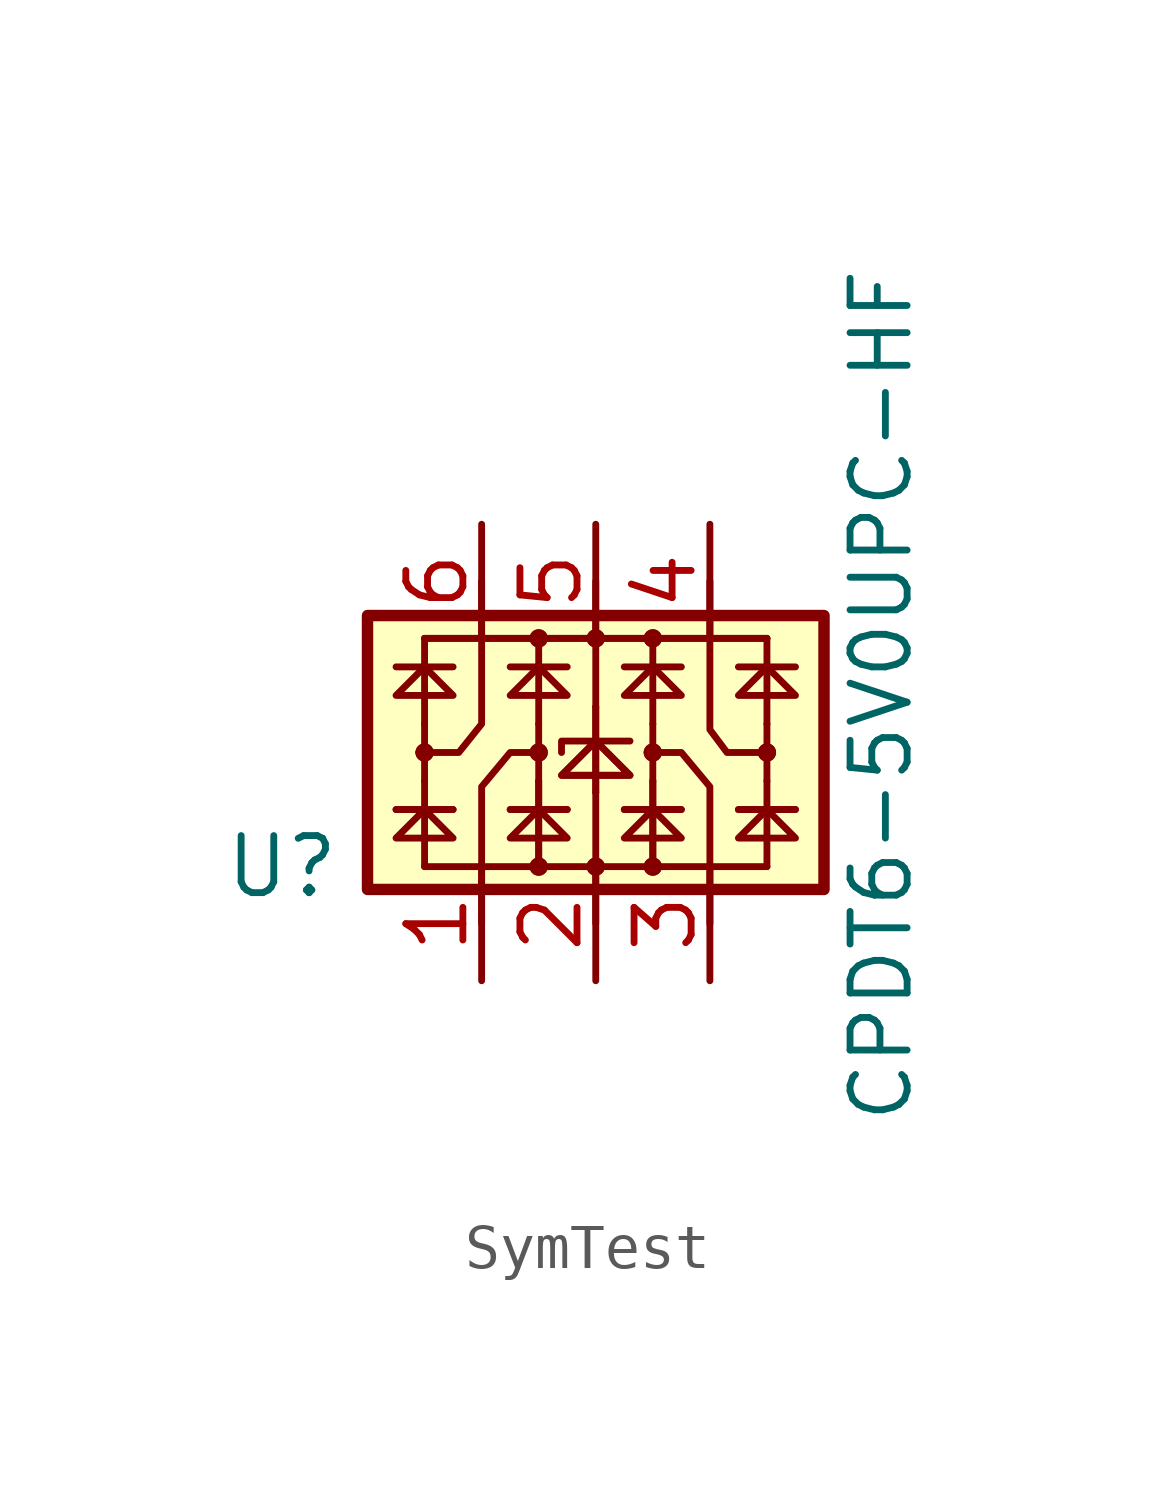
<source format=kicad_sym>
(kicad_symbol_lib
  (version 20241209)
  (generator "kicad_symbol_editor")
  (generator_version "9.0")
  (symbol "SymTest"
    (property "Reference" "U"
      (at -6.985 -2.54 0)
      (effects (font (size 1.27 1.27))))
    (property "Value" "CPDT6-5V0UPC-HF"
      (at 6.35 1.27 90)
      (effects (font (size 1.27 1.27))))
    (symbol "SymTest_0_1"
      (rectangle (start -5.08 3.048) (end 5.08 -3.048) (stroke (width 0.254) (type default)) (fill (type background)))
      (polyline (pts (xy -4.445 1.905) (xy -3.175 1.905)) (stroke (width 0) (type default)) (fill (type none)))
      (polyline (pts (xy -4.445 1.27) (xy -3.175 1.27) (xy -3.81 1.905) (xy -4.445 1.27)) (stroke (width 0) (type default)) (fill (type none)))
      (polyline (pts (xy -4.445 -1.27) (xy -3.175 -1.27)) (stroke (width 0) (type default)) (fill (type none)))
      (polyline (pts (xy -4.445 -1.27) (xy -3.175 -1.27)) (stroke (width 0) (type default)) (fill (type none)))
      (polyline (pts (xy -4.445 -1.905) (xy -3.175 -1.905) (xy -3.81 -1.27) (xy -4.445 -1.905)) (stroke (width 0) (type default)) (fill (type none)))
      (polyline (pts (xy -3.81 2.54) (xy 3.81 2.54)) (stroke (width 0) (type default)) (fill (type none)))
      (polyline (pts (xy -3.81 2.54) (xy 3.81 2.54)) (stroke (width 0) (type default)) (fill (type none)))
      (polyline (pts (xy -3.81 0.635) (xy -3.81 2.54)) (stroke (width 0) (type default)) (fill (type none)))
      (circle (center -3.81 0) (radius 0.127) (stroke (width 0) (type default)) (fill (type none)))
      (circle (center -3.81 0) (radius 0.127) (stroke (width 0) (type default)) (fill (type none)))
      (polyline (pts (xy -3.81 -0.635) (xy -3.81 0.635)) (stroke (width 0) (type default)) (fill (type none)))
      (polyline (pts (xy -3.81 -2.54) (xy -3.81 -0.635)) (stroke (width 0) (type default)) (fill (type none)))
      (polyline (pts (xy -3.81 -2.54) (xy 3.81 -2.54)) (stroke (width 0) (type default)) (fill (type none)))
      (polyline (pts (xy -2.54 3.81) (xy -2.54 0.635) (xy -3.048 0) (xy -3.937 0)) (stroke (width 0) (type default)) (fill (type none)))
      (polyline (pts (xy -2.54 -3.81) (xy -2.54 -0.762) (xy -1.905 0) (xy -1.27 0)) (stroke (width 0) (type default)) (fill (type none)))
      (polyline (pts (xy -1.905 1.905) (xy -0.635 1.905)) (stroke (width 0) (type default)) (fill (type none)))
      (polyline (pts (xy -1.905 1.27) (xy -0.635 1.27) (xy -1.27 1.905) (xy -1.905 1.27)) (stroke (width 0) (type default)) (fill (type none)))
      (polyline (pts (xy -1.905 -1.27) (xy -0.635 -1.27)) (stroke (width 0) (type default)) (fill (type none)))
      (polyline (pts (xy -1.905 -1.27) (xy -0.635 -1.27)) (stroke (width 0) (type default)) (fill (type none)))
      (polyline (pts (xy -1.905 -1.905) (xy -0.635 -1.905) (xy -1.27 -1.27) (xy -1.905 -1.905)) (stroke (width 0) (type default)) (fill (type none)))
      (circle (center -1.27 2.54) (radius 0.127) (stroke (width 0) (type default)) (fill (type none)))
      (circle (center -1.27 2.54) (radius 0.127) (stroke (width 0) (type default)) (fill (type none)))
      (polyline (pts (xy -1.27 0.635) (xy -1.27 2.54)) (stroke (width 0) (type default)) (fill (type none)))
      (polyline (pts (xy -1.27 0.635) (xy -1.27 -0.635)) (stroke (width 0) (type default)) (fill (type none)))
      (circle (center -1.27 0) (radius 0.127) (stroke (width 0) (type default)) (fill (type none)))
      (circle (center -1.27 0) (radius 0.127) (stroke (width 0) (type default)) (fill (type none)))
      (circle (center -1.27 -2.54) (radius 0.127) (stroke (width 0) (type default)) (fill (type none)))
      (circle (center -1.27 -2.54) (radius 0.127) (stroke (width 0) (type default)) (fill (type none)))
      (polyline (pts (xy -1.27 -2.54) (xy -1.27 -0.635)) (stroke (width 0) (type default)) (fill (type none)))
      (polyline (pts (xy -1.27 -2.54) (xy -1.27 -0.635)) (stroke (width 0) (type default)) (fill (type none)))
      (polyline (pts (xy -0.762 -0.508) (xy 0.762 -0.508) (xy 0 0.254) (xy -0.762 -0.508)) (stroke (width 0) (type default)) (fill (type none)))
      (polyline (pts (xy -0.762 -0.508) (xy 0.762 -0.508) (xy 0 0.254) (xy -0.762 -0.508)) (stroke (width 0) (type default)) (fill (type none)))
      (circle (center 0 2.54) (radius 0.127) (stroke (width 0) (type default)) (fill (type none)))
      (circle (center 0 2.54) (radius 0.127) (stroke (width 0) (type default)) (fill (type none)))
      (polyline (pts (xy 0 1.016) (xy 0 3.81)) (stroke (width 0) (type default)) (fill (type none)))
      (polyline (pts (xy 0 -0.889) (xy 0 1.016)) (stroke (width 0) (type default)) (fill (type none)))
      (polyline (pts (xy 0 -0.889) (xy 0 1.016)) (stroke (width 0) (type default)) (fill (type none)))
      (polyline (pts (xy 0 -0.889) (xy 0 -3.81)) (stroke (width 0) (type default)) (fill (type none)))
      (circle (center 0 -2.54) (radius 0.127) (stroke (width 0) (type default)) (fill (type none)))
      (circle (center 0 -2.54) (radius 0.127) (stroke (width 0) (type default)) (fill (type none)))
      (polyline (pts (xy 0.635 1.905) (xy 1.905 1.905)) (stroke (width 0) (type default)) (fill (type none)))
      (polyline (pts (xy 0.635 1.27) (xy 1.905 1.27) (xy 1.27 1.905) (xy 0.635 1.27)) (stroke (width 0) (type default)) (fill (type none)))
      (polyline (pts (xy 0.635 -1.27) (xy 1.905 -1.27)) (stroke (width 0) (type default)) (fill (type none)))
      (polyline (pts (xy 0.635 -1.27) (xy 1.905 -1.27)) (stroke (width 0) (type default)) (fill (type none)))
      (polyline (pts (xy 0.635 -1.905) (xy 1.905 -1.905) (xy 1.27 -1.27) (xy 0.635 -1.905)) (stroke (width 0) (type default)) (fill (type none)))
      (polyline (pts (xy 0.762 0.254) (xy -0.762 0.254) (xy -0.762 0)) (stroke (width 0) (type default)) (fill (type none)))
      (circle (center 1.27 2.54) (radius 0.127) (stroke (width 0) (type default)) (fill (type none)))
      (circle (center 1.27 2.54) (radius 0.127) (stroke (width 0) (type default)) (fill (type none)))
      (polyline (pts (xy 1.27 0.635) (xy 1.27 2.54)) (stroke (width 0) (type default)) (fill (type none)))
      (polyline (pts (xy 1.27 0.635) (xy 1.27 -0.635)) (stroke (width 0) (type default)) (fill (type none)))
      (circle (center 1.27 0) (radius 0.127) (stroke (width 0) (type default)) (fill (type none)))
      (circle (center 1.27 0) (radius 0.127) (stroke (width 0) (type default)) (fill (type none)))
      (polyline (pts (xy 1.27 -2.54) (xy 1.27 -0.635)) (stroke (width 0) (type default)) (fill (type none)))
      (polyline (pts (xy 1.27 -2.54) (xy 1.27 -0.635)) (stroke (width 0) (type default)) (fill (type none)))
      (circle (center 1.27 -2.54) (radius 0.127) (stroke (width 0) (type default)) (fill (type none)))
      (circle (center 1.27 -2.54) (radius 0.127) (stroke (width 0) (type default)) (fill (type none)))
      (polyline (pts (xy 2.54 3.81) (xy 2.54 0.508) (xy 2.921 0) (xy 3.81 0)) (stroke (width 0) (type default)) (fill (type none)))
      (polyline (pts (xy 2.54 -3.81) (xy 2.54 -0.762) (xy 1.905 0) (xy 1.143 0)) (stroke (width 0) (type default)) (fill (type none)))
      (polyline (pts (xy 3.175 1.905) (xy 4.445 1.905)) (stroke (width 0) (type default)) (fill (type none)))
      (polyline (pts (xy 3.175 1.27) (xy 4.445 1.27) (xy 3.81 1.905) (xy 3.175 1.27)) (stroke (width 0) (type default)) (fill (type none)))
      (polyline (pts (xy 3.175 -1.27) (xy 4.445 -1.27)) (stroke (width 0) (type default)) (fill (type none)))
      (polyline (pts (xy 3.175 -1.27) (xy 4.445 -1.27)) (stroke (width 0) (type default)) (fill (type none)))
      (polyline (pts (xy 3.175 -1.905) (xy 4.445 -1.905) (xy 3.81 -1.27) (xy 3.175 -1.905)) (stroke (width 0) (type default)) (fill (type none)))
      (polyline (pts (xy 3.81 0.635) (xy 3.81 2.54)) (stroke (width 0) (type default)) (fill (type none)))
      (polyline (pts (xy 3.81 0.635) (xy 3.81 -0.635)) (stroke (width 0) (type default)) (fill (type none)))
      (circle (center 3.81 0) (radius 0.127) (stroke (width 0) (type default)) (fill (type none)))
      (circle (center 3.81 0) (radius 0.127) (stroke (width 0) (type default)) (fill (type none)))
      (polyline (pts (xy 3.81 -2.54) (xy 3.81 -0.635)) (stroke (width 0) (type default)) (fill (type none))))
    (symbol "SymTest_1_1"
      (pin passive line (at -2.54 5.08 270) (length 2.54) (name "~" (effects (font (size 1.27 1.27)))) (number "6" (effects (font (size 1.27 1.27)))))
      (pin passive line (at -2.54 -5.08 90) (length 2.54) (name "~" (effects (font (size 1.27 1.27)))) (number "1" (effects (font (size 1.27 1.27)))))
      (pin passive line (at 0 5.08 270) (length 2.54) (name "~" (effects (font (size 1.27 1.27)))) (number "5" (effects (font (size 1.27 1.27)))))
      (pin passive line (at 0 -5.08 90) (length 2.54) (name "~" (effects (font (size 1.27 1.27)))) (number "2" (effects (font (size 1.27 1.27)))))
      (pin passive line (at 2.54 5.08 270) (length 2.54) (name "~" (effects (font (size 1.27 1.27)))) (number "4" (effects (font (size 1.27 1.27)))))
      (pin passive line (at 2.54 -5.08 90) (length 2.54) (name "~" (effects (font (size 1.27 1.27)))) (number "3" (effects (font (size 1.27 1.27))))))))
</source>
